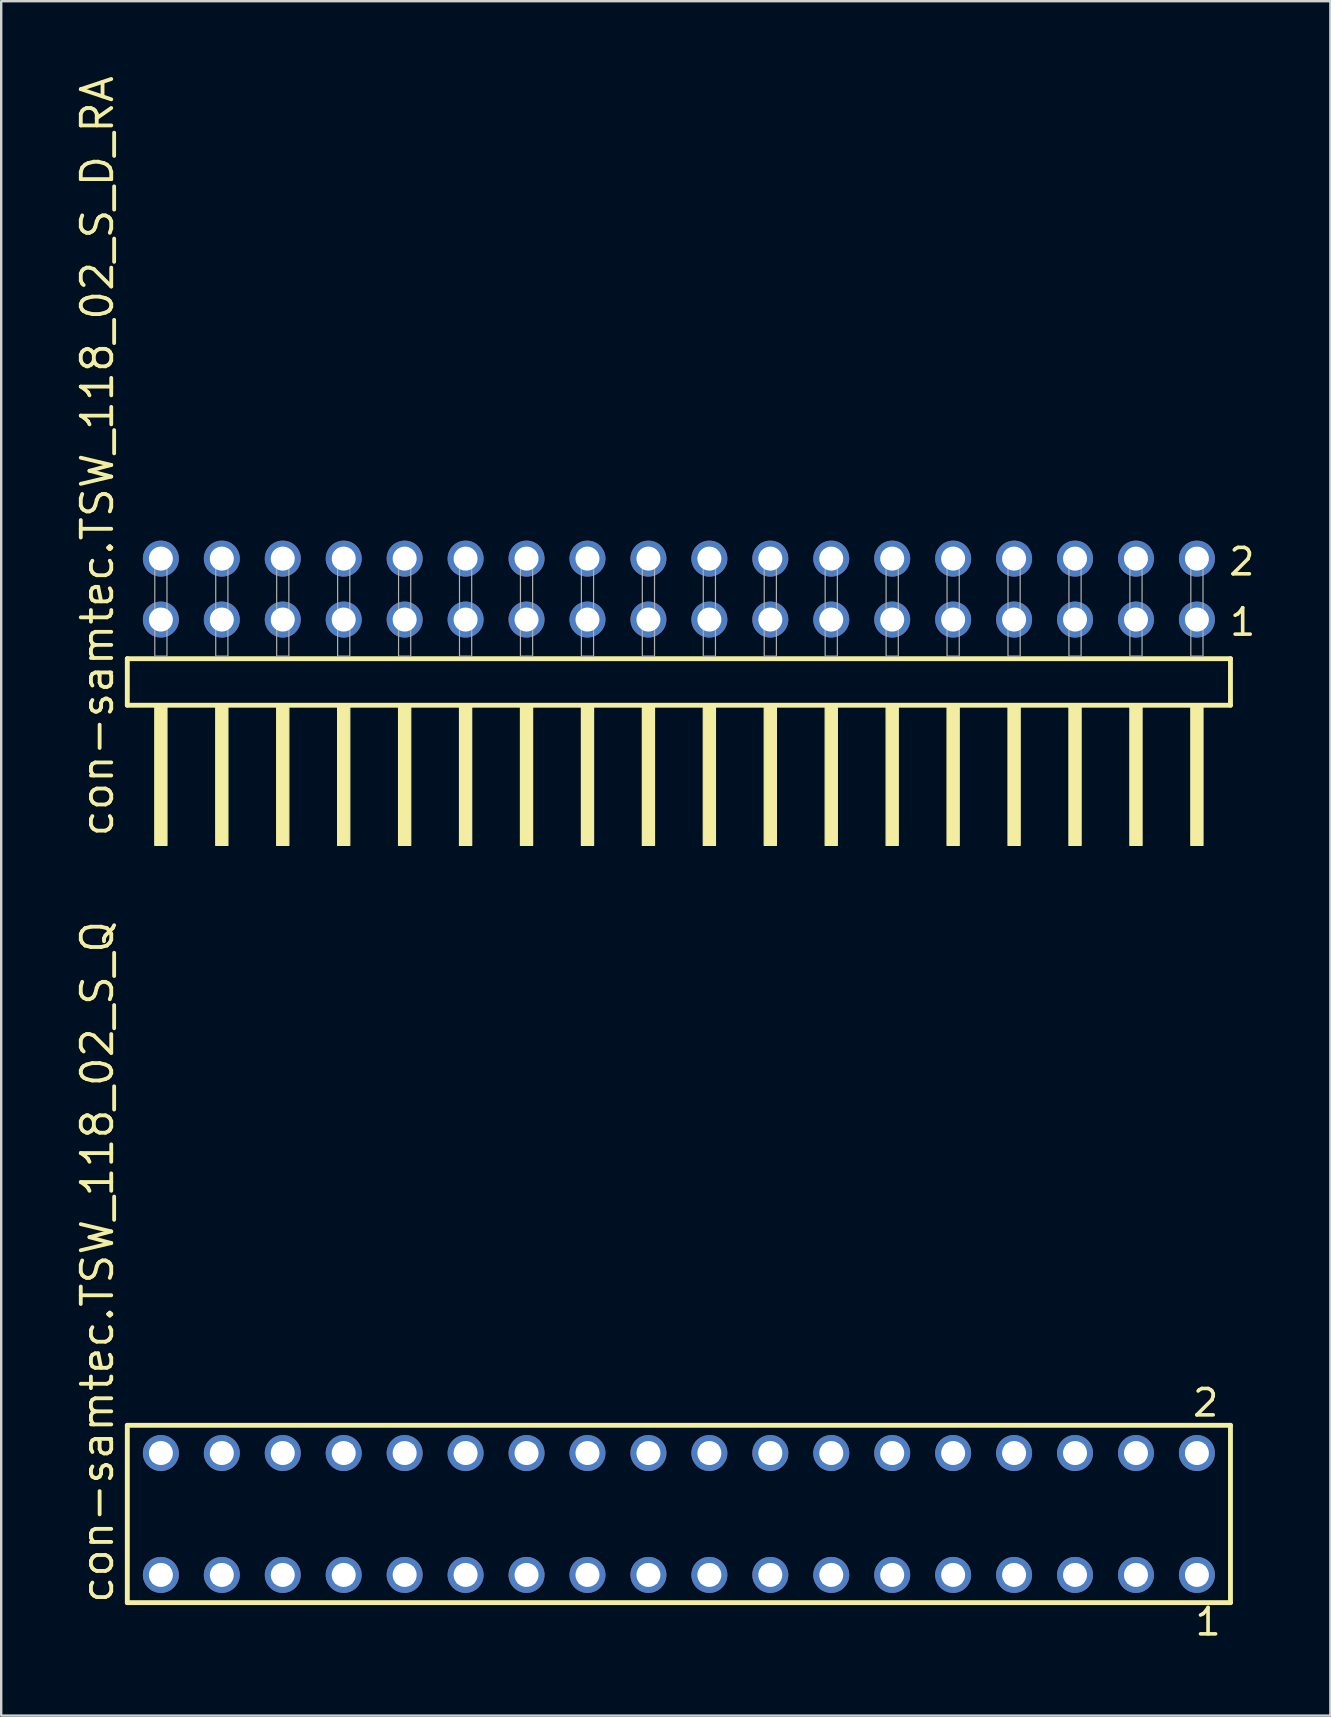
<source format=kicad_pcb>
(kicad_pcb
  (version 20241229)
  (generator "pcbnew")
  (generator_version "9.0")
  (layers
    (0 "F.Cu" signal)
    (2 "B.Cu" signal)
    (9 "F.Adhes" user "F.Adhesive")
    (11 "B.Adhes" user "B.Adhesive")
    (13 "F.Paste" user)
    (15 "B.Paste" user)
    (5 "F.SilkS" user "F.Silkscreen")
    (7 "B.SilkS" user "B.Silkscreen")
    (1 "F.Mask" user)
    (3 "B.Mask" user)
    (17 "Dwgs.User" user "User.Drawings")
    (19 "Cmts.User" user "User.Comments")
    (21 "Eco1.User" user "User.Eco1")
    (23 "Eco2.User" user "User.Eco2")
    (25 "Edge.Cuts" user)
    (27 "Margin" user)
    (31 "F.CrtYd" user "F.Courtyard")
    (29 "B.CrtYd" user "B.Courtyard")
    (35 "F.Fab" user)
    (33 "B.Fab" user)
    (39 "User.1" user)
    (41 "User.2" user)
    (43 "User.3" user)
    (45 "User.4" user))
  (footprint "con-samtec.TSW_118_02_S_Q"
    (layer "F.Cu")
    (at 25.245 60.05)
    (property "Reference" "con-samtec.TSW_118_02_S_Q" (at -23.495 3.81 90) (layer "F.SilkS") (effects (font (size 1.27 1.27) (thickness 0.16)) (justify left bottom)))
    (attr through_hole)
    (fp_line (start -22.989 -3.695) (end 22.989 -3.695) (stroke (width 0.203) (type default)) (layer "F.SilkS"))
    (fp_line (start -22.989 3.695) (end -22.989 -3.695) (stroke (width 0.203) (type default)) (layer "F.SilkS"))
    (fp_line (start 22.989 -3.695) (end 22.989 3.695) (stroke (width 0.203) (type default)) (layer "F.SilkS"))
    (fp_line (start 22.989 3.695) (end -22.989 3.695) (stroke (width 0.203) (type default)) (layer "F.SilkS"))
    (fp_rect (start -21.94 -2.19) (end -21.24 -2.89) (stroke (width 0.05) (type default)) (fill no) (layer "F.Fab"))
    (fp_rect (start -21.94 2.89) (end -21.24 2.19) (stroke (width 0.05) (type default)) (fill no) (layer "F.Fab"))
    (fp_rect (start -19.4 -2.19) (end -18.7 -2.89) (stroke (width 0.05) (type default)) (fill no) (layer "F.Fab"))
    (fp_rect (start -19.4 2.89) (end -18.7 2.19) (stroke (width 0.05) (type default)) (fill no) (layer "F.Fab"))
    (fp_rect (start -16.86 -2.19) (end -16.16 -2.89) (stroke (width 0.05) (type default)) (fill no) (layer "F.Fab"))
    (fp_rect (start -16.86 2.89) (end -16.16 2.19) (stroke (width 0.05) (type default)) (fill no) (layer "F.Fab"))
    (fp_rect (start -14.32 -2.19) (end -13.62 -2.89) (stroke (width 0.05) (type default)) (fill no) (layer "F.Fab"))
    (fp_rect (start -14.32 2.89) (end -13.62 2.19) (stroke (width 0.05) (type default)) (fill no) (layer "F.Fab"))
    (fp_rect (start -11.78 -2.19) (end -11.08 -2.89) (stroke (width 0.05) (type default)) (fill no) (layer "F.Fab"))
    (fp_rect (start -11.78 2.89) (end -11.08 2.19) (stroke (width 0.05) (type default)) (fill no) (layer "F.Fab"))
    (fp_rect (start -9.24 -2.19) (end -8.54 -2.89) (stroke (width 0.05) (type default)) (fill no) (layer "F.Fab"))
    (fp_rect (start -9.24 2.89) (end -8.54 2.19) (stroke (width 0.05) (type default)) (fill no) (layer "F.Fab"))
    (fp_rect (start -6.7 -2.19) (end -6 -2.89) (stroke (width 0.05) (type default)) (fill no) (layer "F.Fab"))
    (fp_rect (start -6.7 2.89) (end -6 2.19) (stroke (width 0.05) (type default)) (fill no) (layer "F.Fab"))
    (fp_rect (start -4.16 -2.19) (end -3.46 -2.89) (stroke (width 0.05) (type default)) (fill no) (layer "F.Fab"))
    (fp_rect (start -4.16 2.89) (end -3.46 2.19) (stroke (width 0.05) (type default)) (fill no) (layer "F.Fab"))
    (fp_rect (start -1.62 -2.19) (end -0.92 -2.89) (stroke (width 0.05) (type default)) (fill no) (layer "F.Fab"))
    (fp_rect (start -1.62 2.89) (end -0.92 2.19) (stroke (width 0.05) (type default)) (fill no) (layer "F.Fab"))
    (fp_rect (start 0.92 -2.19) (end 1.62 -2.89) (stroke (width 0.05) (type default)) (fill no) (layer "F.Fab"))
    (fp_rect (start 0.92 2.89) (end 1.62 2.19) (stroke (width 0.05) (type default)) (fill no) (layer "F.Fab"))
    (fp_rect (start 3.46 -2.19) (end 4.16 -2.89) (stroke (width 0.05) (type default)) (fill no) (layer "F.Fab"))
    (fp_rect (start 3.46 2.89) (end 4.16 2.19) (stroke (width 0.05) (type default)) (fill no) (layer "F.Fab"))
    (fp_rect (start 6 -2.19) (end 6.7 -2.89) (stroke (width 0.05) (type default)) (fill no) (layer "F.Fab"))
    (fp_rect (start 6 2.89) (end 6.7 2.19) (stroke (width 0.05) (type default)) (fill no) (layer "F.Fab"))
    (fp_rect (start 8.54 -2.19) (end 9.24 -2.89) (stroke (width 0.05) (type default)) (fill no) (layer "F.Fab"))
    (fp_rect (start 8.54 2.89) (end 9.24 2.19) (stroke (width 0.05) (type default)) (fill no) (layer "F.Fab"))
    (fp_rect (start 11.08 -2.19) (end 11.78 -2.89) (stroke (width 0.05) (type default)) (fill no) (layer "F.Fab"))
    (fp_rect (start 11.08 2.89) (end 11.78 2.19) (stroke (width 0.05) (type default)) (fill no) (layer "F.Fab"))
    (fp_rect (start 13.62 -2.19) (end 14.32 -2.89) (stroke (width 0.05) (type default)) (fill no) (layer "F.Fab"))
    (fp_rect (start 13.62 2.89) (end 14.32 2.19) (stroke (width 0.05) (type default)) (fill no) (layer "F.Fab"))
    (fp_rect (start 16.16 -2.19) (end 16.86 -2.89) (stroke (width 0.05) (type default)) (fill no) (layer "F.Fab"))
    (fp_rect (start 16.16 2.89) (end 16.86 2.19) (stroke (width 0.05) (type default)) (fill no) (layer "F.Fab"))
    (fp_rect (start 18.7 -2.19) (end 19.4 -2.89) (stroke (width 0.05) (type default)) (fill no) (layer "F.Fab"))
    (fp_rect (start 18.7 2.89) (end 19.4 2.19) (stroke (width 0.05) (type default)) (fill no) (layer "F.Fab"))
    (fp_rect (start 21.24 -2.19) (end 21.94 -2.89) (stroke (width 0.05) (type default)) (fill no) (layer "F.Fab"))
    (fp_rect (start 21.24 2.89) (end 21.94 2.19) (stroke (width 0.05) (type default)) (fill no) (layer "F.Fab"))
    (fp_text user "1" (at 21.432 5.138 0) (layer "F.SilkS") (effects (font (size 1.1 1.1) (thickness 0.15)) (justify left bottom)))
    (fp_text user "2" (at 21.332 -3.989 0) (layer "F.SilkS") (effects (font (size 1.1 1.1) (thickness 0.15)) (justify left bottom)))
    (pad "1" thru_hole circle (at 21.59 2.54 180) (size 1.5 1.5) (drill 1) (layers "*.Cu" "*.Mask"))
    (pad "2" thru_hole circle (at 21.59 -2.54 180) (size 1.5 1.5) (drill 1) (layers "*.Cu" "*.Mask"))
    (pad "3" thru_hole circle (at 19.05 2.54 180) (size 1.5 1.5) (drill 1) (layers "*.Cu" "*.Mask"))
    (pad "4" thru_hole circle (at 19.05 -2.54 180) (size 1.5 1.5) (drill 1) (layers "*.Cu" "*.Mask"))
    (pad "5" thru_hole circle (at 16.51 2.54 180) (size 1.5 1.5) (drill 1) (layers "*.Cu" "*.Mask"))
    (pad "6" thru_hole circle (at 16.51 -2.54 180) (size 1.5 1.5) (drill 1) (layers "*.Cu" "*.Mask"))
    (pad "7" thru_hole circle (at 13.97 2.54 180) (size 1.5 1.5) (drill 1) (layers "*.Cu" "*.Mask"))
    (pad "8" thru_hole circle (at 13.97 -2.54 180) (size 1.5 1.5) (drill 1) (layers "*.Cu" "*.Mask"))
    (pad "9" thru_hole circle (at 11.43 2.54 180) (size 1.5 1.5) (drill 1) (layers "*.Cu" "*.Mask"))
    (pad "10" thru_hole circle (at 11.43 -2.54 180) (size 1.5 1.5) (drill 1) (layers "*.Cu" "*.Mask"))
    (pad "11" thru_hole circle (at 8.89 2.54 180) (size 1.5 1.5) (drill 1) (layers "*.Cu" "*.Mask"))
    (pad "12" thru_hole circle (at 8.89 -2.54 180) (size 1.5 1.5) (drill 1) (layers "*.Cu" "*.Mask"))
    (pad "13" thru_hole circle (at 6.35 2.54 180) (size 1.5 1.5) (drill 1) (layers "*.Cu" "*.Mask"))
    (pad "14" thru_hole circle (at 6.35 -2.54 180) (size 1.5 1.5) (drill 1) (layers "*.Cu" "*.Mask"))
    (pad "15" thru_hole circle (at 3.81 2.54 180) (size 1.5 1.5) (drill 1) (layers "*.Cu" "*.Mask"))
    (pad "16" thru_hole circle (at 3.81 -2.54 180) (size 1.5 1.5) (drill 1) (layers "*.Cu" "*.Mask"))
    (pad "17" thru_hole circle (at 1.27 2.54 180) (size 1.5 1.5) (drill 1) (layers "*.Cu" "*.Mask"))
    (pad "18" thru_hole circle (at 1.27 -2.54 180) (size 1.5 1.5) (drill 1) (layers "*.Cu" "*.Mask"))
    (pad "19" thru_hole circle (at -1.27 2.54 180) (size 1.5 1.5) (drill 1) (layers "*.Cu" "*.Mask"))
    (pad "20" thru_hole circle (at -1.27 -2.54 180) (size 1.5 1.5) (drill 1) (layers "*.Cu" "*.Mask"))
    (pad "21" thru_hole circle (at -3.81 2.54 180) (size 1.5 1.5) (drill 1) (layers "*.Cu" "*.Mask"))
    (pad "22" thru_hole circle (at -3.81 -2.54 180) (size 1.5 1.5) (drill 1) (layers "*.Cu" "*.Mask"))
    (pad "23" thru_hole circle (at -6.35 2.54 180) (size 1.5 1.5) (drill 1) (layers "*.Cu" "*.Mask"))
    (pad "24" thru_hole circle (at -6.35 -2.54 180) (size 1.5 1.5) (drill 1) (layers "*.Cu" "*.Mask"))
    (pad "25" thru_hole circle (at -8.89 2.54 180) (size 1.5 1.5) (drill 1) (layers "*.Cu" "*.Mask"))
    (pad "26" thru_hole circle (at -8.89 -2.54 180) (size 1.5 1.5) (drill 1) (layers "*.Cu" "*.Mask"))
    (pad "27" thru_hole circle (at -11.43 2.54 180) (size 1.5 1.5) (drill 1) (layers "*.Cu" "*.Mask"))
    (pad "28" thru_hole circle (at -11.43 -2.54 180) (size 1.5 1.5) (drill 1) (layers "*.Cu" "*.Mask"))
    (pad "29" thru_hole circle (at -13.97 2.54 180) (size 1.5 1.5) (drill 1) (layers "*.Cu" "*.Mask"))
    (pad "30" thru_hole circle (at -13.97 -2.54 180) (size 1.5 1.5) (drill 1) (layers "*.Cu" "*.Mask"))
    (pad "31" thru_hole circle (at -16.51 2.54 180) (size 1.5 1.5) (drill 1) (layers "*.Cu" "*.Mask"))
    (pad "32" thru_hole circle (at -16.51 -2.54 180) (size 1.5 1.5) (drill 1) (layers "*.Cu" "*.Mask"))
    (pad "33" thru_hole circle (at -19.05 2.54 180) (size 1.5 1.5) (drill 1) (layers "*.Cu" "*.Mask"))
    (pad "34" thru_hole circle (at -19.05 -2.54 180) (size 1.5 1.5) (drill 1) (layers "*.Cu" "*.Mask"))
    (pad "35" thru_hole circle (at -21.59 2.54 180) (size 1.5 1.5) (drill 1) (layers "*.Cu" "*.Mask"))
    (pad "36" thru_hole circle (at -21.59 -2.54 180) (size 1.5 1.5) (drill 1) (layers "*.Cu" "*.Mask")))
  (footprint "con-samtec.TSW_118_02_S_D_RA"
    (layer "F.Cu")
    (at 25.245 24.296)
    (property "Reference" "con-samtec.TSW_118_02_S_D_RA" (at -23.495 7.62 90) (layer "F.SilkS") (effects (font (size 1.27 1.27) (thickness 0.16)) (justify left bottom)))
    (attr through_hole)
    (fp_line (start -22.989 0.106) (end -22.989 2.046) (stroke (width 0.203) (type default)) (layer "F.SilkS"))
    (fp_line (start -22.989 2.046) (end 22.989 2.046) (stroke (width 0.203) (type default)) (layer "F.SilkS"))
    (fp_line (start 22.989 0.106) (end -22.989 0.106) (stroke (width 0.203) (type default)) (layer "F.SilkS"))
    (fp_line (start 22.989 2.046) (end 22.989 0.106) (stroke (width 0.203) (type default)) (layer "F.SilkS"))
    (fp_rect (start -21.844 7.89) (end -21.336 2.04) (stroke (width 0.05) (type default)) (fill yes) (layer "F.SilkS"))
    (fp_rect (start -19.304 7.89) (end -18.796 2.04) (stroke (width 0.05) (type default)) (fill yes) (layer "F.SilkS"))
    (fp_rect (start -16.764 7.89) (end -16.256 2.04) (stroke (width 0.05) (type default)) (fill yes) (layer "F.SilkS"))
    (fp_rect (start -14.224 7.89) (end -13.716 2.04) (stroke (width 0.05) (type default)) (fill yes) (layer "F.SilkS"))
    (fp_rect (start -11.684 7.89) (end -11.176 2.04) (stroke (width 0.05) (type default)) (fill yes) (layer "F.SilkS"))
    (fp_rect (start -9.144 7.89) (end -8.636 2.04) (stroke (width 0.05) (type default)) (fill yes) (layer "F.SilkS"))
    (fp_rect (start -6.604 7.89) (end -6.096 2.04) (stroke (width 0.05) (type default)) (fill yes) (layer "F.SilkS"))
    (fp_rect (start -4.064 7.89) (end -3.556 2.04) (stroke (width 0.05) (type default)) (fill yes) (layer "F.SilkS"))
    (fp_rect (start -1.524 7.89) (end -1.016 2.04) (stroke (width 0.05) (type default)) (fill yes) (layer "F.SilkS"))
    (fp_rect (start 1.016 7.89) (end 1.524 2.04) (stroke (width 0.05) (type default)) (fill yes) (layer "F.SilkS"))
    (fp_rect (start 3.556 7.89) (end 4.064 2.04) (stroke (width 0.05) (type default)) (fill yes) (layer "F.SilkS"))
    (fp_rect (start 6.096 7.89) (end 6.604 2.04) (stroke (width 0.05) (type default)) (fill yes) (layer "F.SilkS"))
    (fp_rect (start 8.636 7.89) (end 9.144 2.04) (stroke (width 0.05) (type default)) (fill yes) (layer "F.SilkS"))
    (fp_rect (start 11.176 7.89) (end 11.684 2.04) (stroke (width 0.05) (type default)) (fill yes) (layer "F.SilkS"))
    (fp_rect (start 13.716 7.89) (end 14.224 2.04) (stroke (width 0.05) (type default)) (fill yes) (layer "F.SilkS"))
    (fp_rect (start 16.256 7.89) (end 16.764 2.04) (stroke (width 0.05) (type default)) (fill yes) (layer "F.SilkS"))
    (fp_rect (start 18.796 7.89) (end 19.304 2.04) (stroke (width 0.05) (type default)) (fill yes) (layer "F.SilkS"))
    (fp_rect (start 21.336 7.89) (end 21.844 2.04) (stroke (width 0.05) (type default)) (fill yes) (layer "F.SilkS"))
    (fp_rect (start -21.844 0) (end -21.336 -4.318) (stroke (width 0.05) (type default)) (fill no) (layer "F.Fab"))
    (fp_rect (start -19.304 0) (end -18.796 -4.318) (stroke (width 0.05) (type default)) (fill no) (layer "F.Fab"))
    (fp_rect (start -16.764 0) (end -16.256 -4.318) (stroke (width 0.05) (type default)) (fill no) (layer "F.Fab"))
    (fp_rect (start -14.224 0) (end -13.716 -4.318) (stroke (width 0.05) (type default)) (fill no) (layer "F.Fab"))
    (fp_rect (start -11.684 0) (end -11.176 -4.318) (stroke (width 0.05) (type default)) (fill no) (layer "F.Fab"))
    (fp_rect (start -9.144 0) (end -8.636 -4.318) (stroke (width 0.05) (type default)) (fill no) (layer "F.Fab"))
    (fp_rect (start -6.604 0) (end -6.096 -4.318) (stroke (width 0.05) (type default)) (fill no) (layer "F.Fab"))
    (fp_rect (start -4.064 0) (end -3.556 -4.318) (stroke (width 0.05) (type default)) (fill no) (layer "F.Fab"))
    (fp_rect (start -1.524 0) (end -1.016 -4.318) (stroke (width 0.05) (type default)) (fill no) (layer "F.Fab"))
    (fp_rect (start 1.016 0) (end 1.524 -4.318) (stroke (width 0.05) (type default)) (fill no) (layer "F.Fab"))
    (fp_rect (start 3.556 0) (end 4.064 -4.318) (stroke (width 0.05) (type default)) (fill no) (layer "F.Fab"))
    (fp_rect (start 6.096 0) (end 6.604 -4.318) (stroke (width 0.05) (type default)) (fill no) (layer "F.Fab"))
    (fp_rect (start 8.636 0) (end 9.144 -4.318) (stroke (width 0.05) (type default)) (fill no) (layer "F.Fab"))
    (fp_rect (start 11.176 0) (end 11.684 -4.318) (stroke (width 0.05) (type default)) (fill no) (layer "F.Fab"))
    (fp_rect (start 13.716 0) (end 14.224 -4.318) (stroke (width 0.05) (type default)) (fill no) (layer "F.Fab"))
    (fp_rect (start 16.256 0) (end 16.764 -4.318) (stroke (width 0.05) (type default)) (fill no) (layer "F.Fab"))
    (fp_rect (start 18.796 0) (end 19.304 -4.318) (stroke (width 0.05) (type default)) (fill no) (layer "F.Fab"))
    (fp_rect (start 21.336 0) (end 21.844 -4.318) (stroke (width 0.05) (type default)) (fill no) (layer "F.Fab"))
    (fp_text user "2" (at 22.84 -3.29 0) (layer "F.SilkS") (effects (font (size 1.1 1.1) (thickness 0.15)) (justify left bottom)))
    (fp_text user "1" (at 22.875 -0.775 0) (layer "F.SilkS") (effects (font (size 1.1 1.1) (thickness 0.15)) (justify left bottom)))
    (pad "1" thru_hole circle (at 21.59 -1.524 180) (size 1.5 1.5) (drill 1) (layers "*.Cu" "*.Mask"))
    (pad "2" thru_hole circle (at 21.59 -4.064 180) (size 1.5 1.5) (drill 1) (layers "*.Cu" "*.Mask"))
    (pad "3" thru_hole circle (at 19.05 -1.524 180) (size 1.5 1.5) (drill 1) (layers "*.Cu" "*.Mask"))
    (pad "4" thru_hole circle (at 19.05 -4.064 180) (size 1.5 1.5) (drill 1) (layers "*.Cu" "*.Mask"))
    (pad "5" thru_hole circle (at 16.51 -1.524 180) (size 1.5 1.5) (drill 1) (layers "*.Cu" "*.Mask"))
    (pad "6" thru_hole circle (at 16.51 -4.064 180) (size 1.5 1.5) (drill 1) (layers "*.Cu" "*.Mask"))
    (pad "7" thru_hole circle (at 13.97 -1.524 180) (size 1.5 1.5) (drill 1) (layers "*.Cu" "*.Mask"))
    (pad "8" thru_hole circle (at 13.97 -4.064 180) (size 1.5 1.5) (drill 1) (layers "*.Cu" "*.Mask"))
    (pad "9" thru_hole circle (at 11.43 -1.524 180) (size 1.5 1.5) (drill 1) (layers "*.Cu" "*.Mask"))
    (pad "10" thru_hole circle (at 11.43 -4.064 180) (size 1.5 1.5) (drill 1) (layers "*.Cu" "*.Mask"))
    (pad "11" thru_hole circle (at 8.89 -1.524 180) (size 1.5 1.5) (drill 1) (layers "*.Cu" "*.Mask"))
    (pad "12" thru_hole circle (at 8.89 -4.064 180) (size 1.5 1.5) (drill 1) (layers "*.Cu" "*.Mask"))
    (pad "13" thru_hole circle (at 6.35 -1.524 180) (size 1.5 1.5) (drill 1) (layers "*.Cu" "*.Mask"))
    (pad "14" thru_hole circle (at 6.35 -4.064 180) (size 1.5 1.5) (drill 1) (layers "*.Cu" "*.Mask"))
    (pad "15" thru_hole circle (at 3.81 -1.524 180) (size 1.5 1.5) (drill 1) (layers "*.Cu" "*.Mask"))
    (pad "16" thru_hole circle (at 3.81 -4.064 180) (size 1.5 1.5) (drill 1) (layers "*.Cu" "*.Mask"))
    (pad "17" thru_hole circle (at 1.27 -1.524 180) (size 1.5 1.5) (drill 1) (layers "*.Cu" "*.Mask"))
    (pad "18" thru_hole circle (at 1.27 -4.064 180) (size 1.5 1.5) (drill 1) (layers "*.Cu" "*.Mask"))
    (pad "19" thru_hole circle (at -1.27 -1.524 180) (size 1.5 1.5) (drill 1) (layers "*.Cu" "*.Mask"))
    (pad "20" thru_hole circle (at -1.27 -4.064 180) (size 1.5 1.5) (drill 1) (layers "*.Cu" "*.Mask"))
    (pad "21" thru_hole circle (at -3.81 -1.524 180) (size 1.5 1.5) (drill 1) (layers "*.Cu" "*.Mask"))
    (pad "22" thru_hole circle (at -3.81 -4.064 180) (size 1.5 1.5) (drill 1) (layers "*.Cu" "*.Mask"))
    (pad "23" thru_hole circle (at -6.35 -1.524 180) (size 1.5 1.5) (drill 1) (layers "*.Cu" "*.Mask"))
    (pad "24" thru_hole circle (at -6.35 -4.064 180) (size 1.5 1.5) (drill 1) (layers "*.Cu" "*.Mask"))
    (pad "25" thru_hole circle (at -8.89 -1.524 180) (size 1.5 1.5) (drill 1) (layers "*.Cu" "*.Mask"))
    (pad "26" thru_hole circle (at -8.89 -4.064 180) (size 1.5 1.5) (drill 1) (layers "*.Cu" "*.Mask"))
    (pad "27" thru_hole circle (at -11.43 -1.524 180) (size 1.5 1.5) (drill 1) (layers "*.Cu" "*.Mask"))
    (pad "28" thru_hole circle (at -11.43 -4.064 180) (size 1.5 1.5) (drill 1) (layers "*.Cu" "*.Mask"))
    (pad "29" thru_hole circle (at -13.97 -1.524 180) (size 1.5 1.5) (drill 1) (layers "*.Cu" "*.Mask"))
    (pad "30" thru_hole circle (at -13.97 -4.064 180) (size 1.5 1.5) (drill 1) (layers "*.Cu" "*.Mask"))
    (pad "31" thru_hole circle (at -16.51 -1.524 180) (size 1.5 1.5) (drill 1) (layers "*.Cu" "*.Mask"))
    (pad "32" thru_hole circle (at -16.51 -4.064 180) (size 1.5 1.5) (drill 1) (layers "*.Cu" "*.Mask"))
    (pad "33" thru_hole circle (at -19.05 -1.524 180) (size 1.5 1.5) (drill 1) (layers "*.Cu" "*.Mask"))
    (pad "34" thru_hole circle (at -19.05 -4.064 180) (size 1.5 1.5) (drill 1) (layers "*.Cu" "*.Mask"))
    (pad "35" thru_hole circle (at -21.59 -1.524 180) (size 1.5 1.5) (drill 1) (layers "*.Cu" "*.Mask"))
    (pad "36" thru_hole circle (at -21.59 -4.064 180) (size 1.5 1.5) (drill 1) (layers "*.Cu" "*.Mask")))
  (gr_rect
    (start -3 -3)
    (end 52.398 68.452)
    (stroke (width 0.1) (type default))
    (fill no)
    (layer "Edge.Cuts")))
</source>
